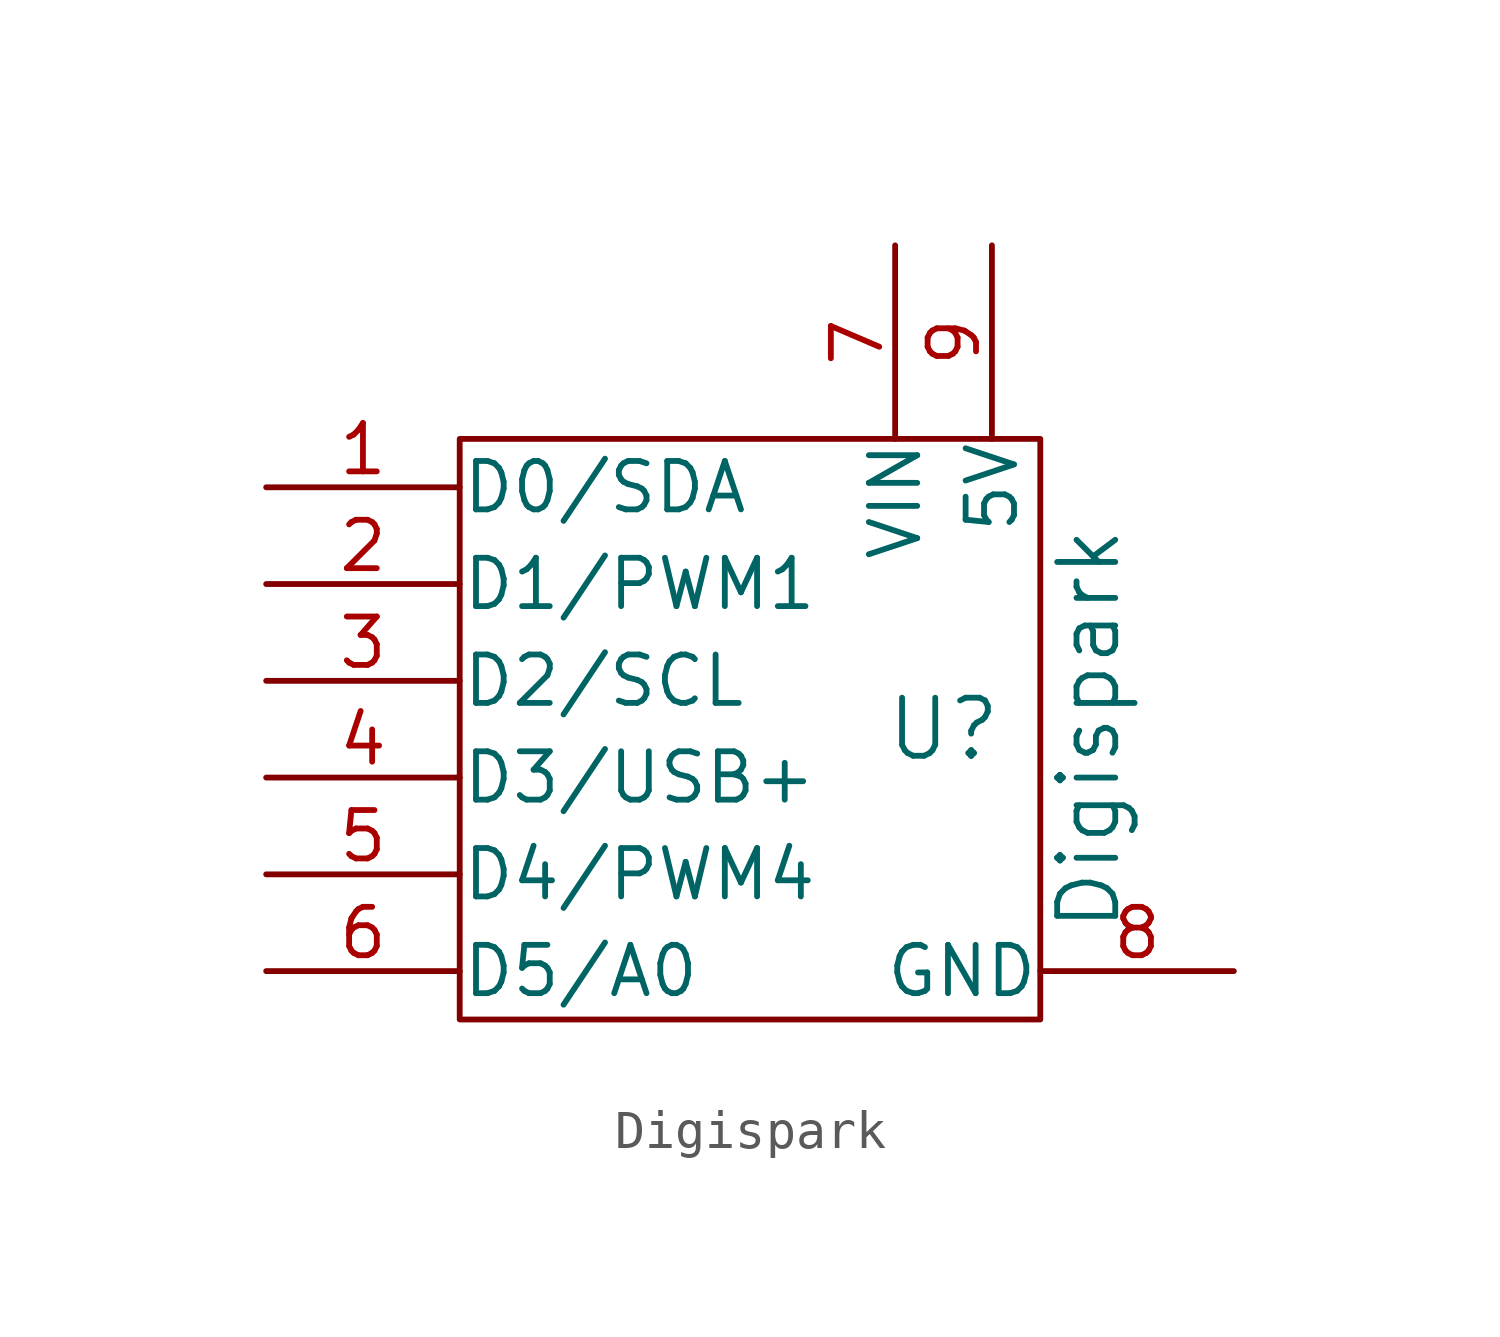
<source format=kicad_sym>
(kicad_symbol_lib
  (version 20220914)
  (generator kicad_symbol_editor)
  (symbol "Digispark"
    (pin_names
      (offset 0.025))
    (property "Reference" "U"
      (at 5.08 0 0)
      (effects (font (size 1.524 1.524))))
    (property "Value" "Digispark"
      (at 8.89 0 90)
      (effects (font (size 1.524 1.524))))
    (symbol "Digispark_0_1"
      (rectangle (start -7.62 7.62) (end 7.62 -7.62) (stroke (width 0) (type solid)) (fill (type none))))
    (symbol "Digispark_1_1"
      (pin bidirectional line (at -12.7 6.35 0) (length 5.08) (name "D0/SDA" (effects (font (size 1.27 1.27)))) (number "1" (effects (font (size 1.27 1.27)))))
      (pin bidirectional line (at -12.7 3.81 0) (length 5.08) (name "D1/PWM1" (effects (font (size 1.27 1.27)))) (number "2" (effects (font (size 1.27 1.27)))))
      (pin bidirectional line (at -12.7 1.27 0) (length 5.08) (name "D2/SCL" (effects (font (size 1.27 1.27)))) (number "3" (effects (font (size 1.27 1.27)))))
      (pin bidirectional line (at -12.7 -1.27 0) (length 5.08) (name "D3/USB+" (effects (font (size 1.27 1.27)))) (number "4" (effects (font (size 1.27 1.27)))))
      (pin bidirectional line (at -12.7 -3.81 0) (length 5.08) (name "D4/PWM4" (effects (font (size 1.27 1.27)))) (number "5" (effects (font (size 1.27 1.27)))))
      (pin bidirectional line (at -12.7 -6.35 0) (length 5.08) (name "D5/A0" (effects (font (size 1.27 1.27)))) (number "6" (effects (font (size 1.27 1.27)))))
      (pin power_in line (at 3.81 12.7 270) (length 5.08) (name "VIN" (effects (font (size 1.27 1.27)))) (number "7" (effects (font (size 1.27 1.27)))))
      (pin power_in line (at 12.7 -6.35 180) (length 5.08) (name "GND" (effects (font (size 1.27 1.27)))) (number "8" (effects (font (size 1.27 1.27)))))
      (pin power_in line (at 6.35 12.7 270) (length 5.08) (name "5V" (effects (font (size 1.27 1.27)))) (number "9" (effects (font (size 1.27 1.27))))))))
</source>
